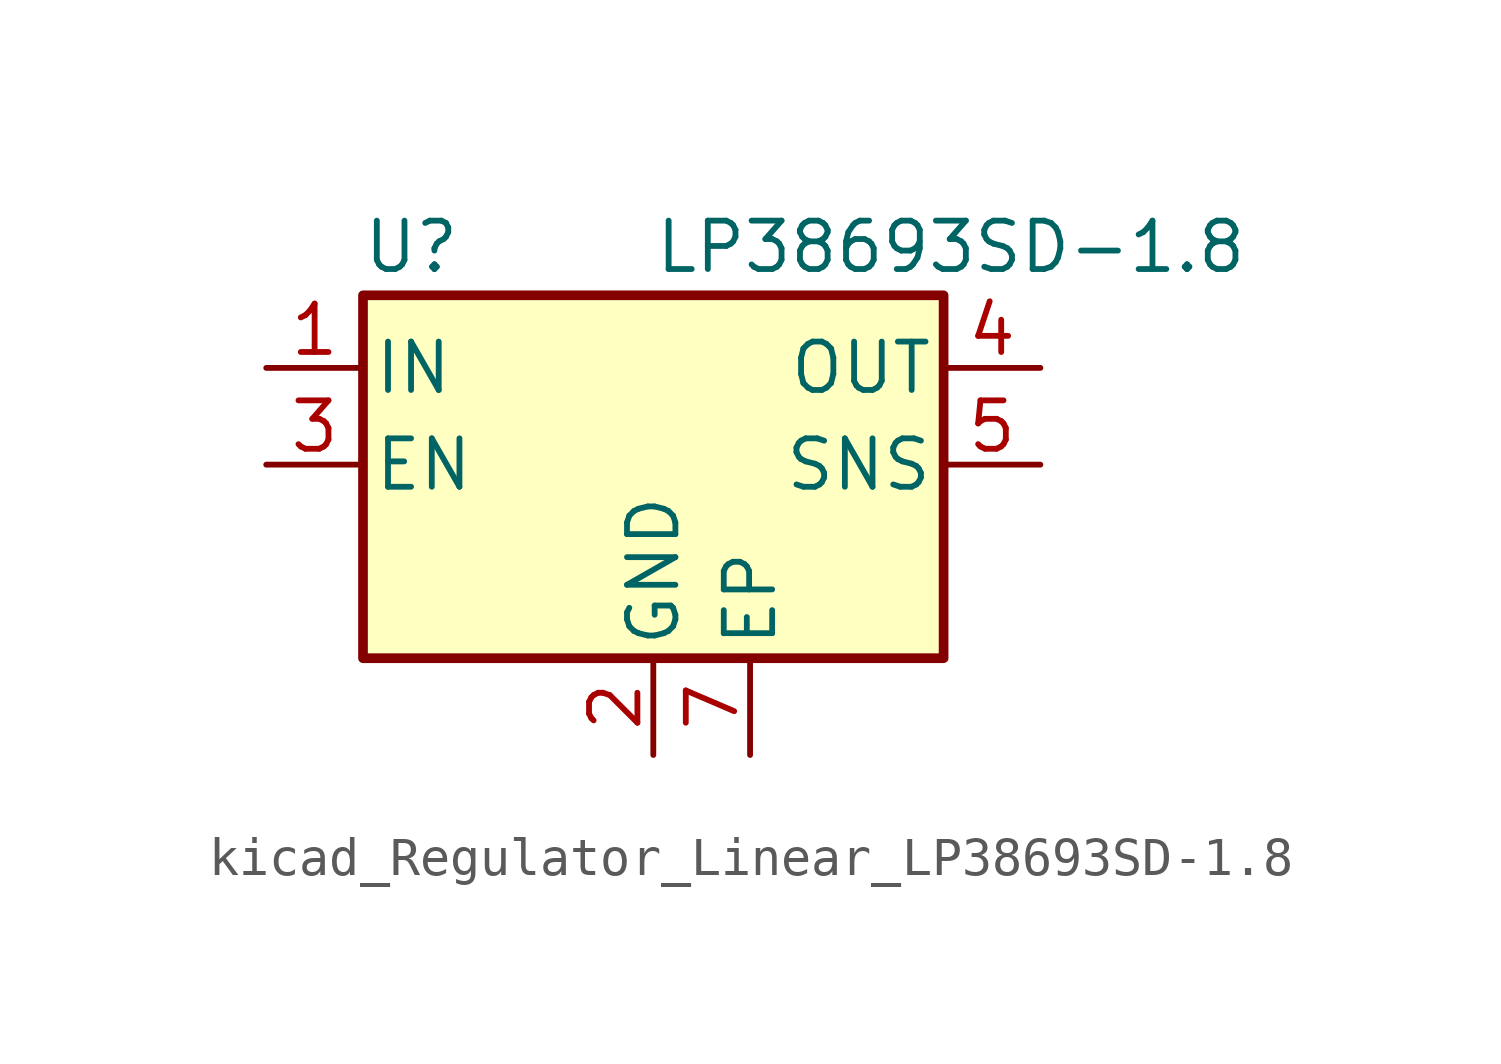
<source format=kicad_sym>
(kicad_symbol_lib
  (version 20220914)
  (generator kicad_symbol_editor)
  (symbol "kicad_Regulator_Linear_LP38693SD-1.8"
    (pin_names
      (offset 0.254))
    (property "Reference" "U"
      (at -6.35 5.715 0)
      (effects (font (size 1.27 1.27))))
    (property "Value" "LP38693SD-1.8"
      (at 0 5.715 0)
      (effects (font (size 1.27 1.27)) (justify left)))
    (symbol "kicad_Regulator_Linear_LP38693SD-1.8_0_1"
      (rectangle (start -7.62 -5.08) (end 7.62 4.445) (stroke (width 0.254) (type default)) (fill (type background))))
    (symbol "kicad_Regulator_Linear_LP38693SD-1.8_1_1"
      (pin power_in line (at -10.16 2.54 0) (length 2.54) (name "IN" (effects (font (size 1.27 1.27)))) (number "1" (effects (font (size 1.27 1.27)))))
      (pin power_in line (at 0 -7.62 90) (length 2.54) (name "GND" (effects (font (size 1.27 1.27)))) (number "2" (effects (font (size 1.27 1.27)))))
      (pin input line (at -10.16 0 0) (length 2.54) (name "EN" (effects (font (size 1.27 1.27)))) (number "3" (effects (font (size 1.27 1.27)))))
      (pin power_out line (at 10.16 2.54 180) (length 2.54) (name "OUT" (effects (font (size 1.27 1.27)))) (number "4" (effects (font (size 1.27 1.27)))))
      (pin input line (at 10.16 0 180) (length 2.54) (name "SNS" (effects (font (size 1.27 1.27)))) (number "5" (effects (font (size 1.27 1.27)))))
      (pin passive line (at -10.16 2.54 0) (length 2.54) hide (name "IN" (effects (font (size 1.27 1.27)))) (number "6" (effects (font (size 1.27 1.27)))))
      (pin passive line (at 2.54 -7.62 90) (length 2.54) (name "EP" (effects (font (size 1.27 1.27)))) (number "7" (effects (font (size 1.27 1.27))))))))
</source>
